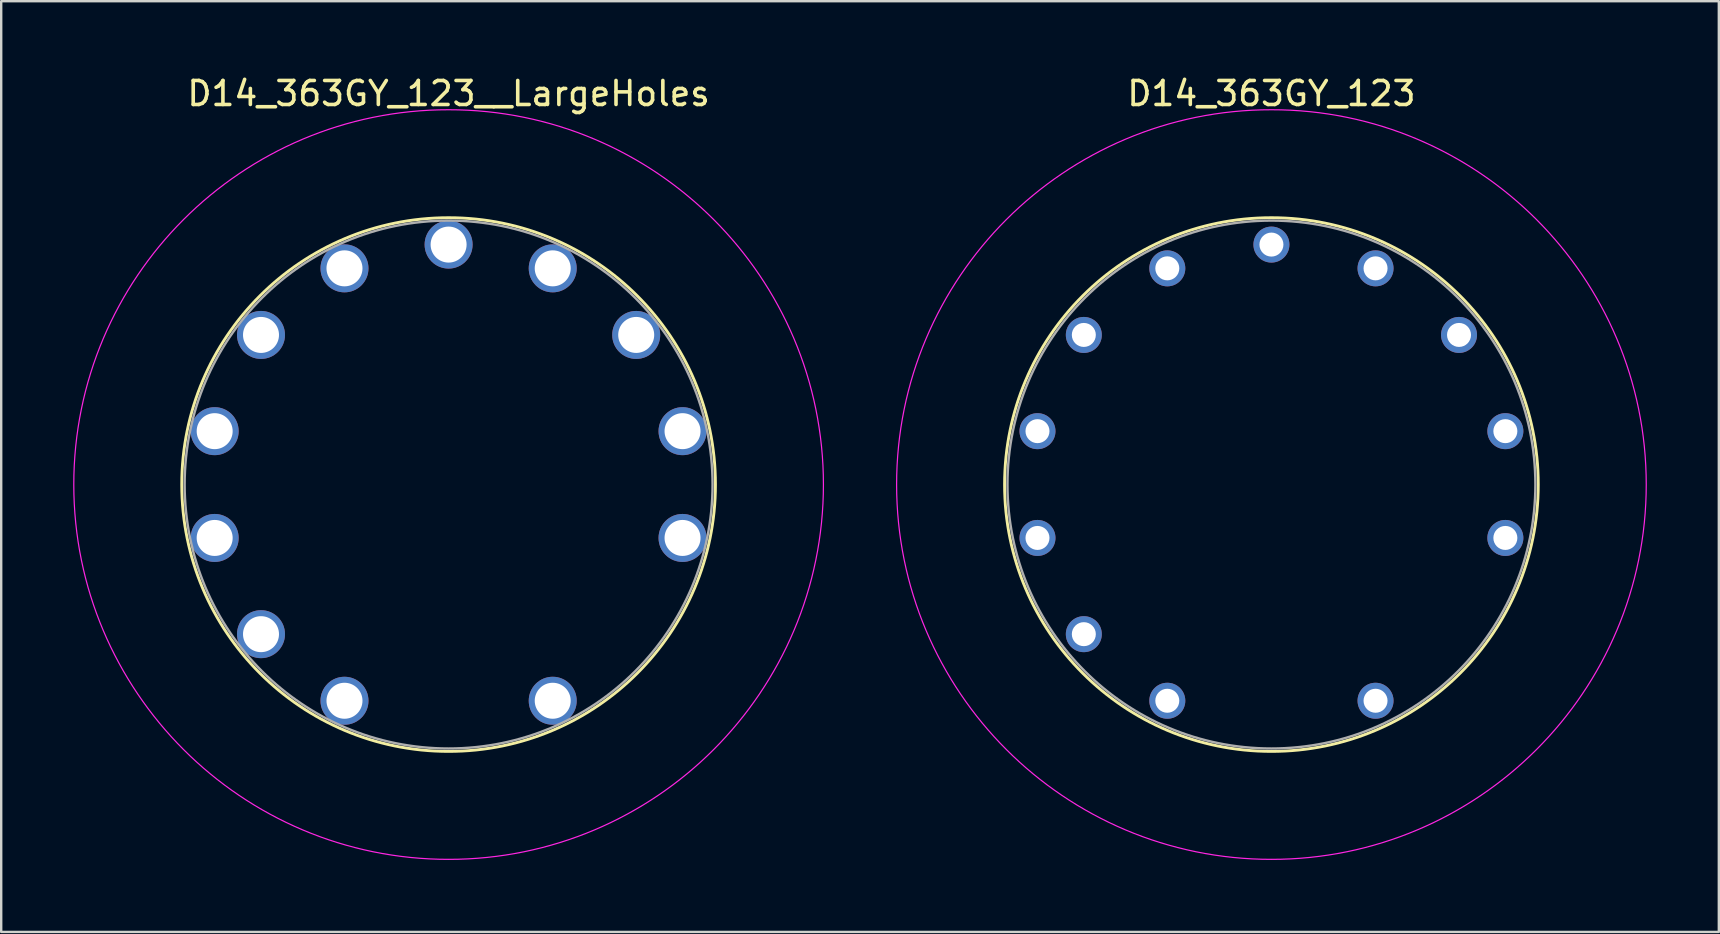
<source format=kicad_pcb>
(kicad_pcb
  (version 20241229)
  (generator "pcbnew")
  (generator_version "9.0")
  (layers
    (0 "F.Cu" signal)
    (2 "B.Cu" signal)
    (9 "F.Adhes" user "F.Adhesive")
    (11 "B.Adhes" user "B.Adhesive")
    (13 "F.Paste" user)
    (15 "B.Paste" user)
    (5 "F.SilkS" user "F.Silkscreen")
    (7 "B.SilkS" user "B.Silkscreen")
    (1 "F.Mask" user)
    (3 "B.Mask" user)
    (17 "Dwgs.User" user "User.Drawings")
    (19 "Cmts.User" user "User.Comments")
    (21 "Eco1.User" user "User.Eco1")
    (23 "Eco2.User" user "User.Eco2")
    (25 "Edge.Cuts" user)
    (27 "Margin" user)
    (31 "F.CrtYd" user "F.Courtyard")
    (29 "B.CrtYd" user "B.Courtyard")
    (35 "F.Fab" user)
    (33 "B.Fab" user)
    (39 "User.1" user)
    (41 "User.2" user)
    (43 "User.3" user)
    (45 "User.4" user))
  (footprint "D14_363GY_123"
    (layer "F.Cu")
    (at 49.935 17.143)
    (property "Reference" "D14_363GY_123" (at 0 -16.295 0) (layer "F.SilkS") (effects (font (size 1 1) (thickness 0.15))))
    (attr through_hole)
    (fp_circle (center 0 0) (end 0 11.12) (stroke (width 0.12) (type solid)) (fill no) (layer "F.SilkS"))
    (fp_circle (center 0 0) (end 0 15.62) (stroke (width 0.05) (type solid)) (fill no) (layer "F.CrtYd"))
    (fp_circle (center 0 0) (end 0 11) (stroke (width 0.1) (type solid)) (fill no) (layer "F.Fab"))
    (pad "1" thru_hole oval (at 0 -10) (size 1.5 1.5) (drill 1) (layers "*.Cu" "*.Mask"))
    (pad "2" thru_hole oval (at -4.339 -9.01) (size 1.5 1.5) (drill 1) (layers "*.Cu" "*.Mask"))
    (pad "3" thru_hole oval (at -7.818 -6.235) (size 1.5 1.5) (drill 1) (layers "*.Cu" "*.Mask"))
    (pad "4" thru_hole oval (at -9.749 -2.225) (size 1.5 1.5) (drill 1) (layers "*.Cu" "*.Mask"))
    (pad "5" thru_hole oval (at -9.749 2.225) (size 1.5 1.5) (drill 1) (layers "*.Cu" "*.Mask"))
    (pad "6" thru_hole oval (at -7.818 6.235) (size 1.5 1.5) (drill 1) (layers "*.Cu" "*.Mask"))
    (pad "7" thru_hole oval (at -4.339 9.01) (size 1.5 1.5) (drill 1) (layers "*.Cu" "*.Mask"))
    (pad "9" thru_hole oval (at 4.339 9.01) (size 1.5 1.5) (drill 1) (layers "*.Cu" "*.Mask"))
    (pad "11" thru_hole oval (at 9.749 2.225) (size 1.5 1.5) (drill 1) (layers "*.Cu" "*.Mask"))
    (pad "12" thru_hole oval (at 9.749 -2.225) (size 1.5 1.5) (drill 1) (layers "*.Cu" "*.Mask"))
    (pad "13" thru_hole oval (at 7.818 -6.235) (size 1.5 1.5) (drill 1) (layers "*.Cu" "*.Mask"))
    (pad "14" thru_hole oval (at 4.339 -9.01) (size 1.5 1.5) (drill 1) (layers "*.Cu" "*.Mask")))
  (footprint "D14_363GY_123__LargeHoles"
    (layer "F.Cu")
    (at 15.645 17.143)
    (property "Reference" "D14_363GY_123__LargeHoles" (at 0 -16.295 0) (layer "F.SilkS") (effects (font (size 1 1) (thickness 0.15))))
    (attr through_hole)
    (fp_circle (center 0 0) (end 0 11.12) (stroke (width 0.12) (type solid)) (fill no) (layer "F.SilkS"))
    (fp_circle (center 0 0) (end 0 15.62) (stroke (width 0.05) (type solid)) (fill no) (layer "F.CrtYd"))
    (fp_circle (center 0 0) (end 0 11) (stroke (width 0.1) (type solid)) (fill no) (layer "F.Fab"))
    (pad "1" thru_hole circle (at 0 -10) (size 2 2) (drill 1.5) (layers "*.Cu" "*.Mask"))
    (pad "2" thru_hole circle (at -4.339 -9.01) (size 2 2) (drill 1.5) (layers "*.Cu" "*.Mask"))
    (pad "3" thru_hole circle (at -7.818 -6.235) (size 2 2) (drill 1.5) (layers "*.Cu" "*.Mask"))
    (pad "4" thru_hole circle (at -9.749 -2.225) (size 2 2) (drill 1.5) (layers "*.Cu" "*.Mask"))
    (pad "5" thru_hole circle (at -9.749 2.225) (size 2 2) (drill 1.5) (layers "*.Cu" "*.Mask"))
    (pad "6" thru_hole circle (at -7.818 6.235) (size 2 2) (drill 1.5) (layers "*.Cu" "*.Mask"))
    (pad "7" thru_hole circle (at -4.339 9.01) (size 2 2) (drill 1.5) (layers "*.Cu" "*.Mask"))
    (pad "9" thru_hole circle (at 4.339 9.01) (size 2 2) (drill 1.5) (layers "*.Cu" "*.Mask"))
    (pad "11" thru_hole circle (at 9.749 2.225) (size 2 2) (drill 1.5) (layers "*.Cu" "*.Mask"))
    (pad "12" thru_hole circle (at 9.749 -2.225) (size 2 2) (drill 1.5) (layers "*.Cu" "*.Mask"))
    (pad "13" thru_hole circle (at 7.818 -6.235) (size 2 2) (drill 1.5) (layers "*.Cu" "*.Mask"))
    (pad "14" thru_hole circle (at 4.339 -9.01) (size 2 2) (drill 1.5) (layers "*.Cu" "*.Mask")))
  (gr_rect
    (start -3 -3)
    (end 68.58 35.788)
    (stroke (width 0.1) (type default))
    (fill no)
    (layer "Edge.Cuts")))
</source>
